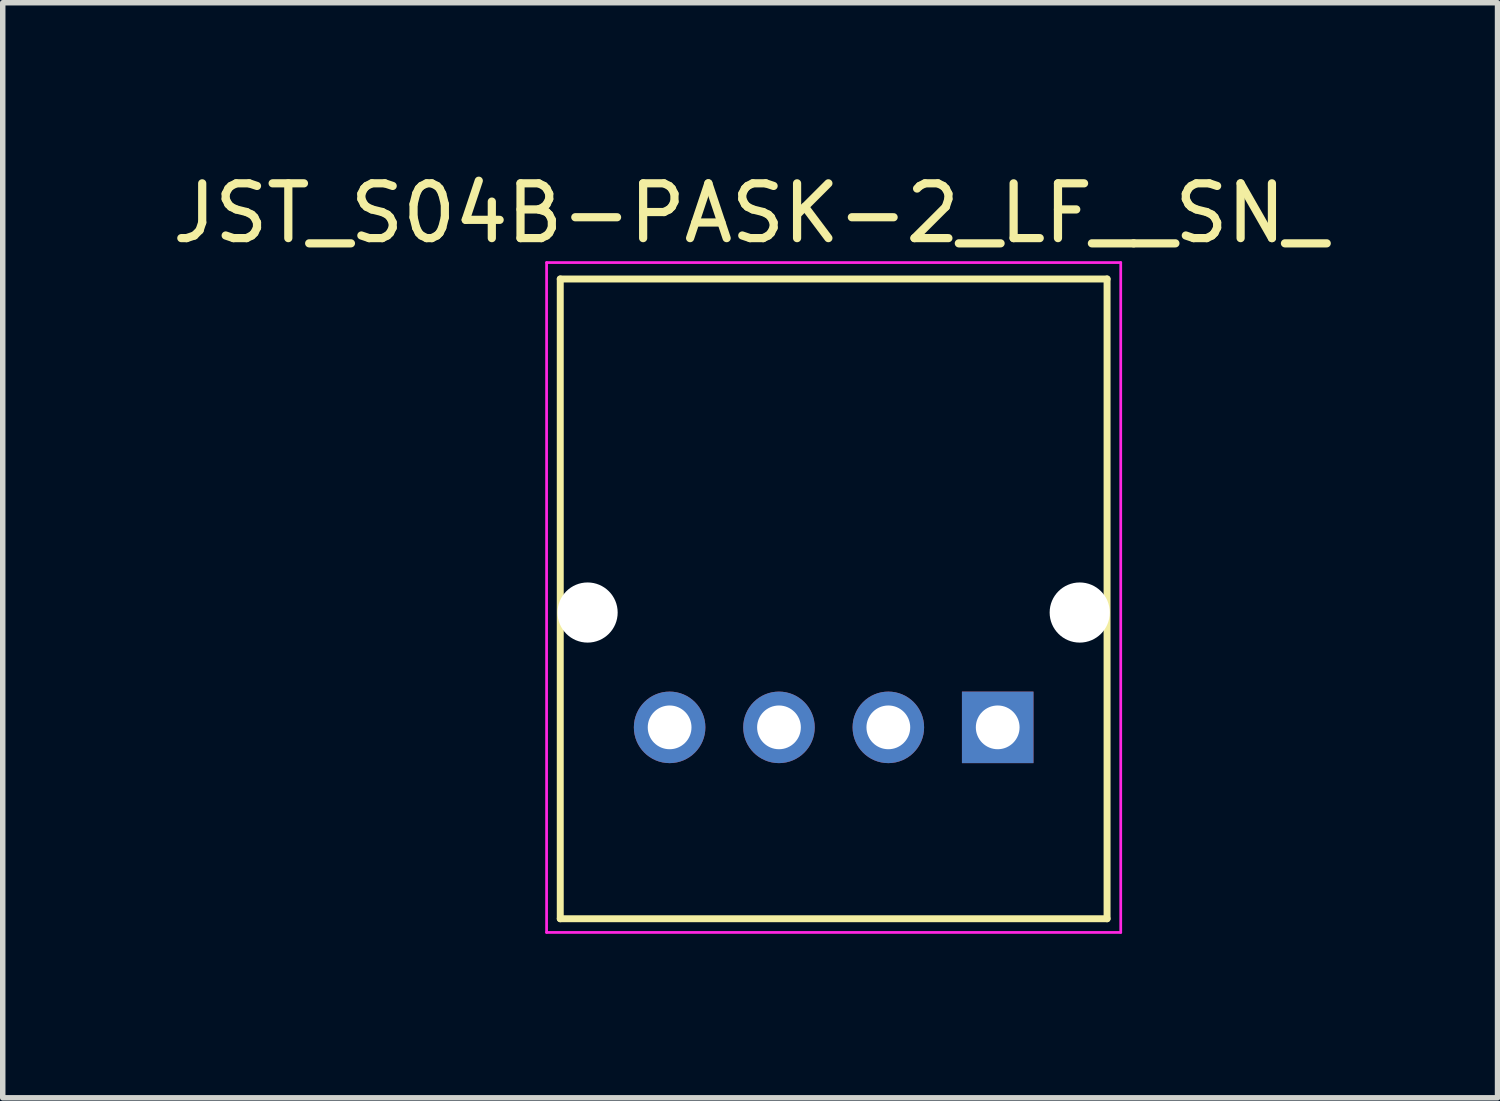
<source format=kicad_pcb>
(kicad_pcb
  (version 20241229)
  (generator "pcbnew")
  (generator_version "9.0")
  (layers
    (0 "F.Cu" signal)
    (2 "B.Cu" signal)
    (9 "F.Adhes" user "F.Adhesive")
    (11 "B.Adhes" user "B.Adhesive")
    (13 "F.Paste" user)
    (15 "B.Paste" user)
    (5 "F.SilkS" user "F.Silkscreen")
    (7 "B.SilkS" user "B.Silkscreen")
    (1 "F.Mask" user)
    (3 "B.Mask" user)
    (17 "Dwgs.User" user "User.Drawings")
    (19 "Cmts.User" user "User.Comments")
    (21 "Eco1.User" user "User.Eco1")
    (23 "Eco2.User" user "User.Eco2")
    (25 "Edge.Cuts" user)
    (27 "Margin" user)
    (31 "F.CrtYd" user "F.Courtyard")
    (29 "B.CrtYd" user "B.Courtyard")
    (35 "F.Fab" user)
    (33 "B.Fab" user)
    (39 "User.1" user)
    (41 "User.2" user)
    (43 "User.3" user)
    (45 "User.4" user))
  (footprint "JST_S04B-PASK-2_LF__SN_"
    (layer "F.Cu")
    (at 12.196 10.252)
    (property "Reference" "JST_S04B-PASK-2_LF__SN_" (at -1.528 -9.403 0) (layer "F.SilkS") (effects (font (size 1.002 1.002) (thickness 0.15))))
    (attr through_hole)
    (fp_line (start -5 -8.2) (end 5 -8.2) (stroke (width 0.127) (type solid)) (layer "F.SilkS"))
    (fp_line (start -5 3.5) (end -5 -8.2) (stroke (width 0.127) (type solid)) (layer "F.SilkS"))
    (fp_line (start 5 -8.2) (end 5 3.5) (stroke (width 0.127) (type solid)) (layer "F.SilkS"))
    (fp_line (start 5 3.5) (end -5 3.5) (stroke (width 0.127) (type solid)) (layer "F.SilkS"))
    (fp_line (start -5.25 -8.5) (end 5.25 -8.5) (stroke (width 0.05) (type solid)) (layer "F.CrtYd"))
    (fp_line (start -5.25 3.75) (end -5.25 -8.5) (stroke (width 0.05) (type solid)) (layer "F.CrtYd"))
    (fp_line (start 5.25 -8.5) (end 5.25 3.75) (stroke (width 0.05) (type solid)) (layer "F.CrtYd"))
    (fp_line (start 5.25 3.75) (end -5.25 3.75) (stroke (width 0.05) (type solid)) (layer "F.CrtYd"))
    (pad "" np_thru_hole circle (at -4.5 -2.1) (size 1.1 1.1) (drill 1.1) (layers "*.Cu" "*.Mask"))
    (pad "" np_thru_hole circle (at 4.5 -2.1) (size 1.1 1.1) (drill 1.1) (layers "*.Cu" "*.Mask"))
    (pad "1" thru_hole rect (at 3 0) (size 1.308 1.308) (drill 0.8) (layers "*.Cu" "*.Mask"))
    (pad "2" thru_hole circle (at 1 0) (size 1.308 1.308) (drill 0.8) (layers "*.Cu" "*.Mask"))
    (pad "3" thru_hole circle (at -1 0) (size 1.308 1.308) (drill 0.8) (layers "*.Cu" "*.Mask"))
    (pad "4" thru_hole circle (at -3 0) (size 1.308 1.308) (drill 0.8) (layers "*.Cu" "*.Mask")))
  (gr_rect
    (start -3 -3)
    (end 24.337 17.027)
    (stroke (width 0.1) (type default))
    (fill no)
    (layer "Edge.Cuts")))
</source>
